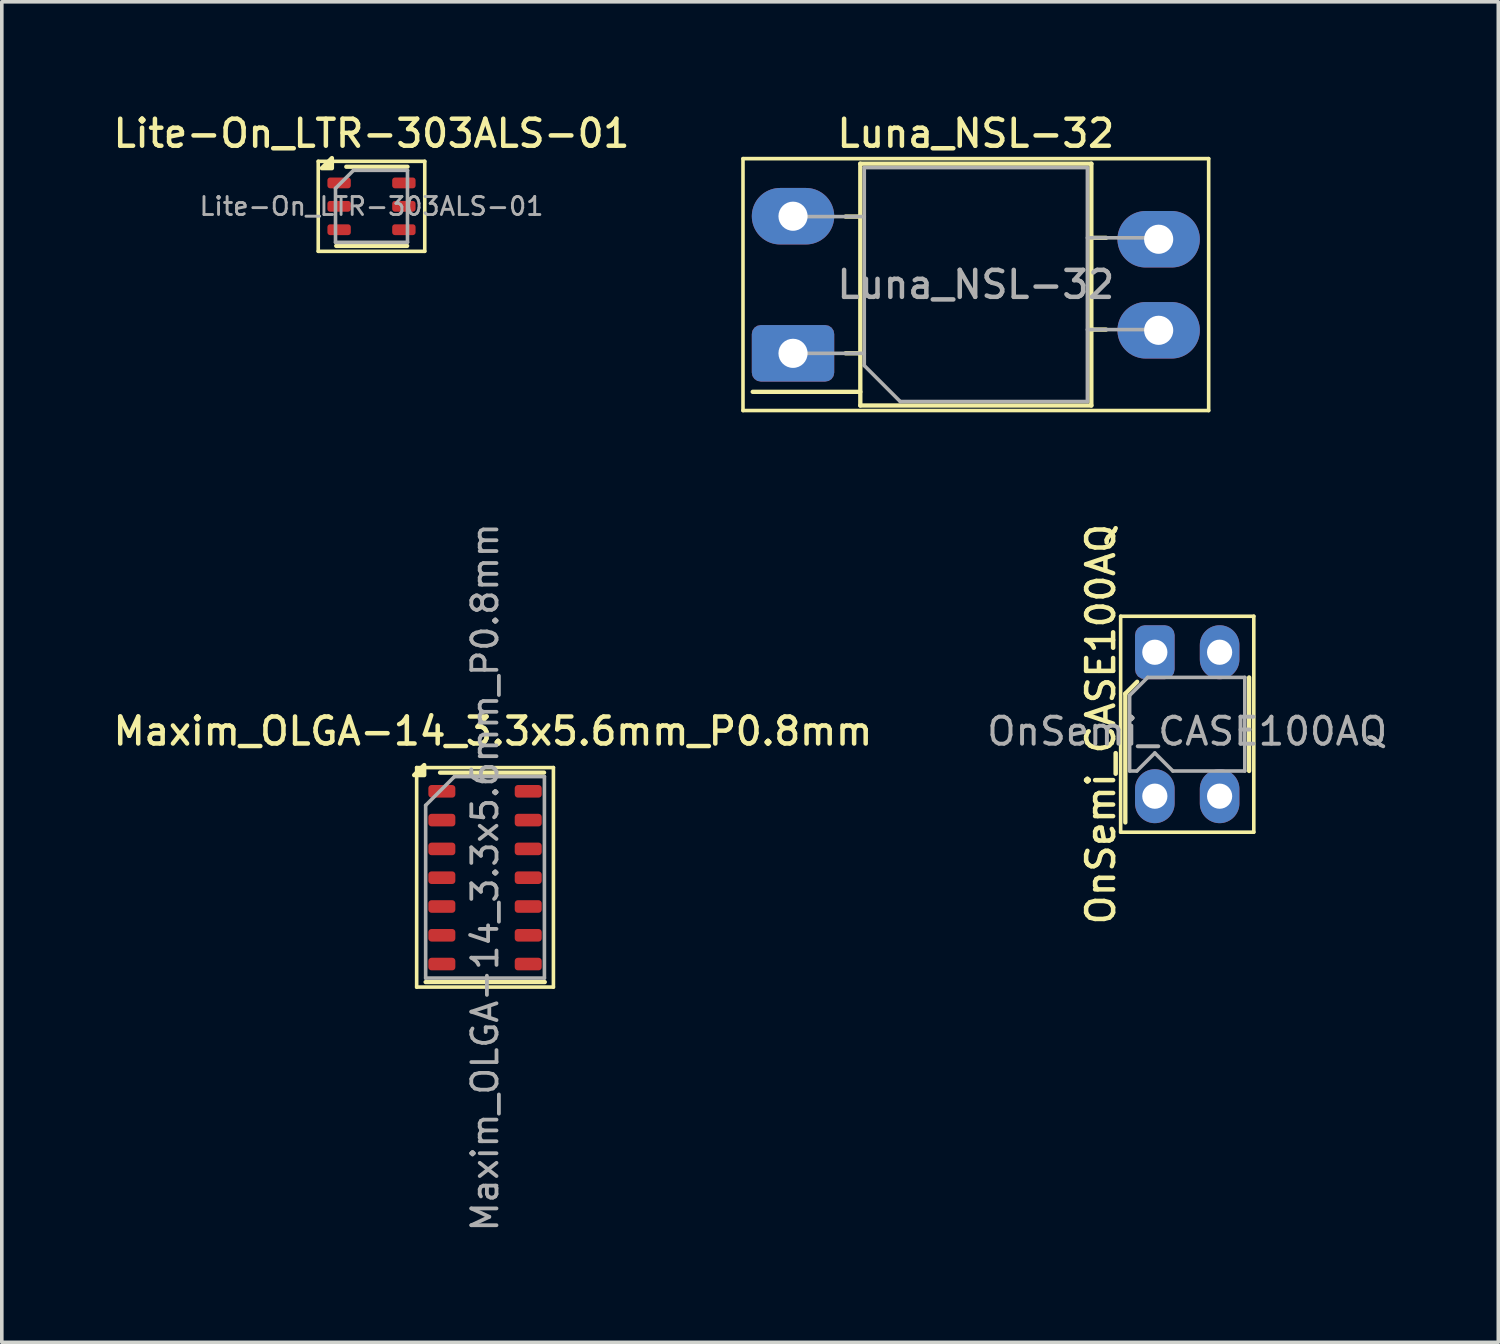
<source format=kicad_pcb>
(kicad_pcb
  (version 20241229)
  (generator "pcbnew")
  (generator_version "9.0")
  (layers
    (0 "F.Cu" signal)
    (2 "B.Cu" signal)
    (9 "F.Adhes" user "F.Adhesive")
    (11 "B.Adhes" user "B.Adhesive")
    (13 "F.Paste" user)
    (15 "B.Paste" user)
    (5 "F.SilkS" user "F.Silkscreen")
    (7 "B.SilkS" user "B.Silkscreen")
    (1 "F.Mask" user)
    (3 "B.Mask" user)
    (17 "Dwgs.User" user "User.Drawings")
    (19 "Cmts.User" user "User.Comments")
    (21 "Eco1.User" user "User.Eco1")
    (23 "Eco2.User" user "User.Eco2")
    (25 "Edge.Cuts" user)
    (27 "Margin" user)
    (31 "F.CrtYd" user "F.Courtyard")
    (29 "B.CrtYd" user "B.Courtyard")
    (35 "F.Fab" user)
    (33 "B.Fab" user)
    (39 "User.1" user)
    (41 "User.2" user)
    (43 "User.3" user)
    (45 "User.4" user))
  (footprint "Maxim_OLGA-14_3.3x5.6mm_P0.8mm"
    (layer "F.Cu")
    (at 10.428 21.339)
    (property "Reference" "Maxim_OLGA-14_3.3x5.6mm_P0.8mm" (at 0.22 -4.07 0) (layer "F.SilkS") (effects (font (size 0.75 0.75) (thickness 0.125))))
    (attr smd)
    (fp_line (start -1.9 -3.06) (end -1.9 3.04) (stroke (width 0.1) (type solid)) (layer "F.SilkS"))
    (fp_line (start -1.9 -3.06) (end 1.9 -3.06) (stroke (width 0.1) (type solid)) (layer "F.SilkS"))
    (fp_line (start -1.25 -2.92) (end 1.64 -2.92) (stroke (width 0.12) (type solid)) (layer "F.SilkS"))
    (fp_line (start 1.66 2.9) (end -1.65 2.9) (stroke (width 0.12) (type solid)) (layer "F.SilkS"))
    (fp_line (start 1.9 3.04) (end -1.9 3.04) (stroke (width 0.1) (type solid)) (layer "F.SilkS"))
    (fp_line (start 1.9 3.04) (end 1.9 -3.06) (stroke (width 0.1) (type solid)) (layer "F.SilkS"))
    (fp_poly (pts (xy -1.69 -2.85) (xy -1.97 -2.85) (xy -1.69 -3.13) (xy -1.69 -2.85)) (stroke (width 0.12) (type solid)) (fill yes) (layer "F.SilkS"))
    (fp_line (start -1.65 -2.01) (end -0.85 -2.81) (stroke (width 0.1) (type solid)) (layer "F.Fab"))
    (fp_line (start -1.65 2.79) (end -1.65 -2.01) (stroke (width 0.1) (type solid)) (layer "F.Fab"))
    (fp_line (start -1.65 2.79) (end 1.65 2.79) (stroke (width 0.1) (type solid)) (layer "F.Fab"))
    (fp_line (start -0.85 -2.81) (end 1.65 -2.81) (stroke (width 0.1) (type solid)) (layer "F.Fab"))
    (fp_line (start 1.65 2.79) (end 1.65 -2.81) (stroke (width 0.1) (type solid)) (layer "F.Fab"))
    (fp_text user "${REFERENCE}" (at 0 -0.01 90) (layer "F.Fab") (effects (font (size 0.7 0.7) (thickness 0.105))))
    (pad "1" smd roundrect (at -1.2 -2.4) (size 0.75 0.35) (layers "F.Cu" "F.Mask" "F.Paste") (roundrect_rratio 0.25))
    (pad "2" smd roundrect (at -1.2 -1.6) (size 0.75 0.35) (layers "F.Cu" "F.Mask" "F.Paste") (roundrect_rratio 0.25))
    (pad "3" smd roundrect (at -1.2 -0.8) (size 0.75 0.35) (layers "F.Cu" "F.Mask" "F.Paste") (roundrect_rratio 0.25))
    (pad "4" smd roundrect (at -1.2 0) (size 0.75 0.35) (layers "F.Cu" "F.Mask" "F.Paste") (roundrect_rratio 0.25))
    (pad "5" smd roundrect (at -1.2 0.8) (size 0.75 0.35) (layers "F.Cu" "F.Mask" "F.Paste") (roundrect_rratio 0.25))
    (pad "6" smd roundrect (at -1.2 1.6) (size 0.75 0.35) (layers "F.Cu" "F.Mask" "F.Paste") (roundrect_rratio 0.25))
    (pad "7" smd roundrect (at -1.2 2.4) (size 0.75 0.35) (layers "F.Cu" "F.Mask" "F.Paste") (roundrect_rratio 0.25))
    (pad "8" smd roundrect (at 1.2 2.4) (size 0.75 0.35) (layers "F.Cu" "F.Mask" "F.Paste") (roundrect_rratio 0.25))
    (pad "9" smd roundrect (at 1.2 1.6) (size 0.75 0.35) (layers "F.Cu" "F.Mask" "F.Paste") (roundrect_rratio 0.25))
    (pad "10" smd roundrect (at 1.2 0.8) (size 0.75 0.35) (layers "F.Cu" "F.Mask" "F.Paste") (roundrect_rratio 0.25))
    (pad "11" smd roundrect (at 1.2 0) (size 0.75 0.35) (layers "F.Cu" "F.Mask" "F.Paste") (roundrect_rratio 0.25))
    (pad "12" smd roundrect (at 1.2 -0.8) (size 0.75 0.35) (layers "F.Cu" "F.Mask" "F.Paste") (roundrect_rratio 0.25))
    (pad "13" smd roundrect (at 1.2 -1.6) (size 0.75 0.35) (layers "F.Cu" "F.Mask" "F.Paste") (roundrect_rratio 0.25))
    (pad "14" smd roundrect (at 1.2 -2.4) (size 0.75 0.35) (layers "F.Cu" "F.Mask" "F.Paste") (roundrect_rratio 0.25)))
  (footprint "Lite-On_LTR-303ALS-01"
    (layer "F.Cu")
    (at 7.273 2.683)
    (property "Reference" "Lite-On_LTR-303ALS-01" (at 0 -2.025 0) (layer "F.SilkS") (effects (font (size 0.75 0.75) (thickness 0.125))))
    (attr smd)
    (fp_line (start -1.48 -1.25) (end -1.48 1.25) (stroke (width 0.1) (type solid)) (layer "F.SilkS"))
    (fp_line (start -1.48 1.25) (end 1.48 1.25) (stroke (width 0.1) (type solid)) (layer "F.SilkS"))
    (fp_line (start -0.98 1.1) (end 0.99 1.1) (stroke (width 0.12) (type solid)) (layer "F.SilkS"))
    (fp_line (start -0.7 -1.1) (end 1 -1.1) (stroke (width 0.12) (type solid)) (layer "F.SilkS"))
    (fp_line (start 1.48 -1.25) (end -1.48 -1.25) (stroke (width 0.1) (type solid)) (layer "F.SilkS"))
    (fp_line (start 1.48 1.25) (end 1.48 -1.25) (stroke (width 0.1) (type solid)) (layer "F.SilkS"))
    (fp_poly (pts (xy -1.1 -1.06) (xy -1.38 -1.06) (xy -1.1 -1.34) (xy -1.1 -1.06)) (stroke (width 0.12) (type solid)) (fill yes) (layer "F.SilkS"))
    (fp_line (start -1 -0.5) (end -0.5 -1) (stroke (width 0.1) (type solid)) (layer "F.Fab"))
    (fp_line (start -1 1) (end -1 -0.5) (stroke (width 0.1) (type solid)) (layer "F.Fab"))
    (fp_line (start -0.5 -1) (end 1 -1) (stroke (width 0.1) (type solid)) (layer "F.Fab"))
    (fp_line (start 1 -1) (end 1 1) (stroke (width 0.1) (type solid)) (layer "F.Fab"))
    (fp_line (start 1 1) (end -1 1) (stroke (width 0.1) (type solid)) (layer "F.Fab"))
    (fp_text user "${REFERENCE}" (at 0 0 0) (layer "F.Fab") (effects (font (size 0.5 0.5) (thickness 0.08))))
    (pad "1" smd roundrect (at -0.9 -0.65) (size 0.65 0.3) (layers "F.Cu" "F.Mask" "F.Paste") (roundrect_rratio 0.25))
    (pad "2" smd roundrect (at -0.9 0) (size 0.65 0.3) (layers "F.Cu" "F.Mask" "F.Paste") (roundrect_rratio 0.25))
    (pad "3" smd roundrect (at -0.9 0.65) (size 0.65 0.3) (layers "F.Cu" "F.Mask" "F.Paste") (roundrect_rratio 0.25))
    (pad "4" smd roundrect (at 0.9 0.65) (size 0.65 0.3) (layers "F.Cu" "F.Mask" "F.Paste") (roundrect_rratio 0.25))
    (pad "5" smd roundrect (at 0.9 0) (size 0.65 0.3) (layers "F.Cu" "F.Mask" "F.Paste") (roundrect_rratio 0.25))
    (pad "6" smd roundrect (at 0.9 -0.65) (size 0.65 0.3) (layers "F.Cu" "F.Mask" "F.Paste") (roundrect_rratio 0.25)))
  (footprint "OnSemi_CASE100AQ"
    (layer "F.Cu")
    (at 29.04 15.074)
    (property "Reference" "OnSemi_CASE100AQ" (at -1.5 2 90) (layer "F.SilkS") (effects (font (size 0.75 0.75) (thickness 0.125))))
    (attr through_hole)
    (fp_line (start -0.95 -1) (end -0.95 5) (stroke (width 0.1) (type solid)) (layer "F.SilkS"))
    (fp_line (start -0.95 -1) (end 2.75 -1) (stroke (width 0.1) (type solid)) (layer "F.SilkS"))
    (fp_line (start -0.82 1.15) (end -0.82 4.73) (stroke (width 0.12) (type solid)) (layer "F.SilkS"))
    (fp_line (start -0.49 0.82) (end -0.82 1.15) (stroke (width 0.12) (type solid)) (layer "F.SilkS"))
    (fp_line (start 2.62 3.3) (end 2.62 0.7) (stroke (width 0.12) (type solid)) (layer "F.SilkS"))
    (fp_line (start 2.75 5) (end -0.95 5) (stroke (width 0.1) (type solid)) (layer "F.SilkS"))
    (fp_line (start 2.75 5) (end 2.75 -1) (stroke (width 0.1) (type solid)) (layer "F.SilkS"))
    (fp_line (start -0.7 1.2) (end -0.2 0.7) (stroke (width 0.1) (type solid)) (layer "F.Fab"))
    (fp_line (start -0.7 3.3) (end -0.7 1.2) (stroke (width 0.1) (type solid)) (layer "F.Fab"))
    (fp_line (start -0.7 3.3) (end -0.5 3.3) (stroke (width 0.1) (type solid)) (layer "F.Fab"))
    (fp_line (start -0.2 0.7) (end 2.5 0.7) (stroke (width 0.1) (type solid)) (layer "F.Fab"))
    (fp_line (start 0 2.8) (end -0.5 3.3) (stroke (width 0.1) (type solid)) (layer "F.Fab"))
    (fp_line (start 0 2.8) (end 0.5 3.3) (stroke (width 0.1) (type solid)) (layer "F.Fab"))
    (fp_line (start 2.5 0.7) (end 2.5 3.3) (stroke (width 0.1) (type solid)) (layer "F.Fab"))
    (fp_line (start 2.5 3.3) (end 0.5 3.3) (stroke (width 0.1) (type solid)) (layer "F.Fab"))
    (fp_text user "${REFERENCE}" (at 0.9 2.2 0) (layer "F.Fab") (effects (font (size 0.75 0.75) (thickness 0.11))))
    (pad "1" thru_hole roundrect (at 0 0) (size 1.1 1.5) (drill 0.7) (layers "*.Cu" "*.Mask") (roundrect_rratio 0.25))
    (pad "2" thru_hole oval (at 0 4) (size 1.1 1.5) (drill 0.7) (layers "*.Cu" "*.Mask"))
    (pad "3" thru_hole oval (at 1.8 4) (size 1.1 1.5) (drill 0.7) (layers "*.Cu" "*.Mask"))
    (pad "4" thru_hole oval (at 1.8 0) (size 1.1 1.5) (drill 0.7) (layers "*.Cu" "*.Mask")))
  (footprint "Luna_NSL-32"
    (layer "F.Cu")
    (at 18.986 6.768)
    (property "Reference" "Luna_NSL-32" (at 5.08 -6.11 180) (layer "F.SilkS") (effects (font (size 0.75 0.75) (thickness 0.125))))
    (attr through_hole)
    (fp_line (start -1.39 -5.41) (end -1.39 1.59) (stroke (width 0.1) (type solid)) (layer "F.SilkS"))
    (fp_line (start -1.39 -5.41) (end 11.55 -5.41) (stroke (width 0.1) (type solid)) (layer "F.SilkS"))
    (fp_line (start -1.12 1.07) (end 1.87 1.07) (stroke (width 0.12) (type solid)) (layer "F.SilkS"))
    (fp_line (start 1.46 -3.8) (end 1.87 -3.8) (stroke (width 0.12) (type solid)) (layer "F.SilkS"))
    (fp_line (start 1.46 0) (end 1.87 0) (stroke (width 0.12) (type solid)) (layer "F.SilkS"))
    (fp_line (start 1.87 -5.27) (end 8.29 -5.27) (stroke (width 0.12) (type solid)) (layer "F.SilkS"))
    (fp_line (start 1.87 1.45) (end 1.87 -5.27) (stroke (width 0.12) (type solid)) (layer "F.SilkS"))
    (fp_line (start 8.29 -5.27) (end 8.29 1.45) (stroke (width 0.12) (type solid)) (layer "F.SilkS"))
    (fp_line (start 8.29 -3.21) (end 8.7 -3.21) (stroke (width 0.12) (type solid)) (layer "F.SilkS"))
    (fp_line (start 8.29 -0.66) (end 8.7 -0.66) (stroke (width 0.12) (type solid)) (layer "F.SilkS"))
    (fp_line (start 8.29 1.45) (end 1.87 1.45) (stroke (width 0.12) (type solid)) (layer "F.SilkS"))
    (fp_line (start 11.55 1.59) (end -1.39 1.59) (stroke (width 0.1) (type solid)) (layer "F.SilkS"))
    (fp_line (start 11.55 1.59) (end 11.55 -5.41) (stroke (width 0.1) (type solid)) (layer "F.SilkS"))
    (fp_line (start -0.02 0) (end 1.98 0) (stroke (width 0.1) (type solid)) (layer "F.Fab"))
    (fp_line (start 0.03 -3.8) (end 1.98 -3.8) (stroke (width 0.1) (type solid)) (layer "F.Fab"))
    (fp_line (start 1.98 -5.16) (end 8.18 -5.16) (stroke (width 0.1) (type solid)) (layer "F.Fab"))
    (fp_line (start 1.98 0.34) (end 1.98 -5.16) (stroke (width 0.1) (type solid)) (layer "F.Fab"))
    (fp_line (start 2.98 1.34) (end 1.98 0.34) (stroke (width 0.1) (type solid)) (layer "F.Fab"))
    (fp_line (start 8.18 -5.16) (end 8.18 1.34) (stroke (width 0.1) (type solid)) (layer "F.Fab"))
    (fp_line (start 8.18 -0.66) (end 10.18 -0.66) (stroke (width 0.1) (type solid)) (layer "F.Fab"))
    (fp_line (start 8.18 1.34) (end 2.98 1.34) (stroke (width 0.1) (type solid)) (layer "F.Fab"))
    (fp_line (start 10.18 -3.21) (end 8.18 -3.21) (stroke (width 0.1) (type solid)) (layer "F.Fab"))
    (fp_text user "${REFERENCE}" (at 5.08 -1.91 0) (layer "F.Fab") (effects (font (size 0.75 0.75) (thickness 0.125))))
    (pad "1" thru_hole roundrect (at 0 0) (size 2.29 1.57) (drill 0.81) (layers "*.Cu" "*.Mask") (roundrect_rratio 0.159))
    (pad "2" thru_hole oval (at 0 -3.81) (size 2.29 1.57) (drill 0.81) (layers "*.Cu" "*.Mask"))
    (pad "3" thru_hole oval (at 10.16 -3.17) (size 2.29 1.57) (drill 0.81) (layers "*.Cu" "*.Mask"))
    (pad "4" thru_hole oval (at 10.16 -0.64) (size 2.29 1.57) (drill 0.81) (layers "*.Cu" "*.Mask")))
  (gr_rect
    (start -3 -3)
    (end 38.584 34.25)
    (stroke (width 0.1) (type default))
    (fill no)
    (layer "Edge.Cuts")))
</source>
